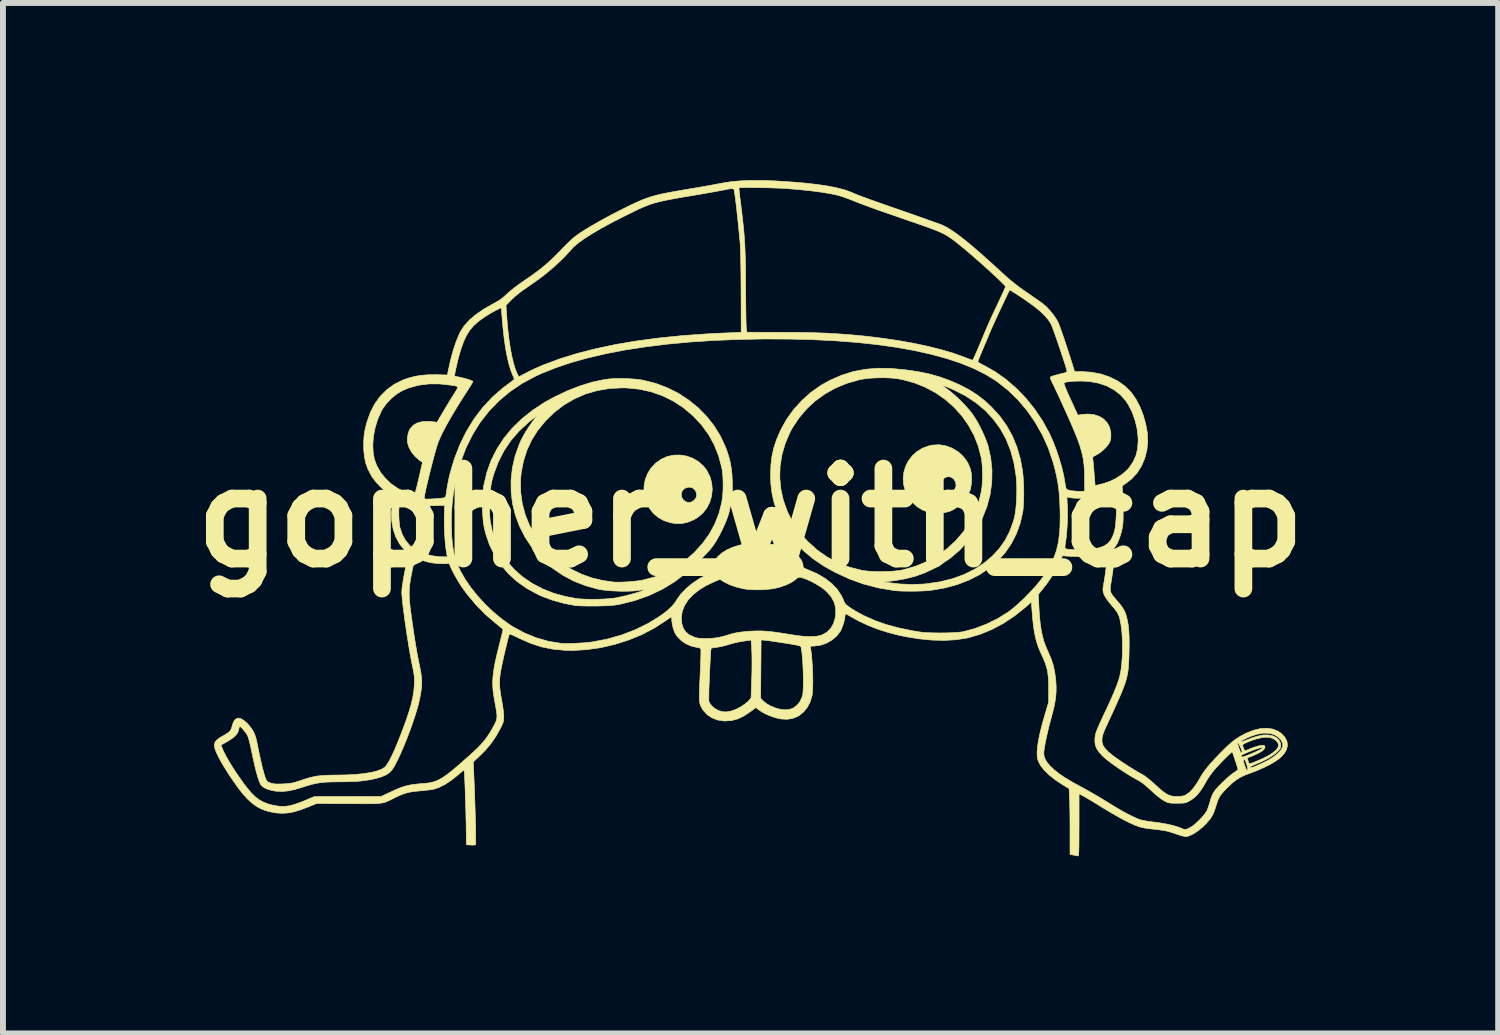
<source format=kicad_pcb>
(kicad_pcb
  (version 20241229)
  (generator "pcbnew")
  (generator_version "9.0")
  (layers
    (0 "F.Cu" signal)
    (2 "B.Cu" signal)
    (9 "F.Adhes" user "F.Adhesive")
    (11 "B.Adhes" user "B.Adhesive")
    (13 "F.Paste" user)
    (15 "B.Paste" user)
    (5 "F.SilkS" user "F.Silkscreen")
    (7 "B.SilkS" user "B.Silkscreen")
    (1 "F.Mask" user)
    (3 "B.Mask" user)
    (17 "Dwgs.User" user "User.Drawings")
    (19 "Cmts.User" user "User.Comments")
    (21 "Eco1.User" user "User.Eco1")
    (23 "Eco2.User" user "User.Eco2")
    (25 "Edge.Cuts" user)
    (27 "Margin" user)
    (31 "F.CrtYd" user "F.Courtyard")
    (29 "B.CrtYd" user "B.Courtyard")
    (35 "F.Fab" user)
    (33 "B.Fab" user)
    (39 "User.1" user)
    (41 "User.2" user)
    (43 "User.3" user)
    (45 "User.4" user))
  (footprint "gopher_with_cap"
    (layer "F.Cu")
    (at 9.659 5.719)
    (property "Reference" "gopher_with_cap" (at 0 0 0) (layer "F.SilkS") (effects (font (size 1.524 1.524) (thickness 0.3))))
    (attr through_hole)
    (fp_poly (pts (xy -1.081 -1.046) (xy -0.976 -1.008) (xy -0.88 -0.951) (xy -0.797 -0.877) (xy -0.742 -0.806) (xy -0.688 -0.7) (xy -0.657 -0.59) (xy -0.648 -0.478) (xy -0.66 -0.368) (xy -0.691 -0.262) (xy -0.742 -0.164) (xy -0.811 -0.078) (xy -0.898 -0.005) (xy -0.965 0.034) (xy -1.067 0.075) (xy -1.163 0.096) (xy -1.261 0.097) (xy -1.354 0.083) (xy -1.466 0.047) (xy -1.563 -0.007) (xy -1.644 -0.076) (xy -1.709 -0.157) (xy -1.758 -0.248) (xy -1.79 -0.346) (xy -1.798 -0.398) (xy -1.173 -0.398) (xy -1.166 -0.351) (xy -1.141 -0.307) (xy -1.099 -0.273) (xy -1.047 -0.259) (xy -0.996 -0.27) (xy -0.95 -0.301) (xy -0.921 -0.344) (xy -0.912 -0.392) (xy -0.922 -0.44) (xy -0.948 -0.481) (xy -0.987 -0.51) (xy -1.037 -0.521) (xy -1.038 -0.521) (xy -1.093 -0.51) (xy -1.135 -0.483) (xy -1.162 -0.444) (xy -1.173 -0.398) (xy -1.798 -0.398) (xy -1.805 -0.448) (xy -1.802 -0.552) (xy -1.781 -0.654) (xy -1.742 -0.752) (xy -1.685 -0.843) (xy -1.608 -0.925) (xy -1.511 -0.994) (xy -1.41 -1.039) (xy -1.301 -1.062) (xy -1.191 -1.064) (xy -1.081 -1.046)) (stroke (width 0.01) (type solid)) (fill yes) (layer "F.SilkS"))
    (fp_poly (pts (xy 3.308 -1.22) (xy 3.416 -1.179) (xy 3.516 -1.118) (xy 3.584 -1.057) (xy 3.641 -0.991) (xy 3.682 -0.926) (xy 3.713 -0.853) (xy 3.728 -0.807) (xy 3.741 -0.737) (xy 3.744 -0.656) (xy 3.739 -0.572) (xy 3.726 -0.496) (xy 3.714 -0.457) (xy 3.665 -0.36) (xy 3.597 -0.271) (xy 3.516 -0.194) (xy 3.427 -0.136) (xy 3.381 -0.114) (xy 3.306 -0.093) (xy 3.218 -0.082) (xy 3.128 -0.08) (xy 3.044 -0.088) (xy 2.995 -0.1) (xy 2.9 -0.139) (xy 2.82 -0.19) (xy 2.746 -0.259) (xy 2.673 -0.353) (xy 2.622 -0.453) (xy 2.594 -0.558) (xy 2.593 -0.564) (xy 3.22 -0.564) (xy 3.226 -0.526) (xy 3.254 -0.475) (xy 3.297 -0.444) (xy 3.348 -0.433) (xy 3.404 -0.445) (xy 3.417 -0.451) (xy 3.457 -0.483) (xy 3.477 -0.527) (xy 3.48 -0.557) (xy 3.469 -0.612) (xy 3.441 -0.658) (xy 3.4 -0.688) (xy 3.353 -0.699) (xy 3.302 -0.687) (xy 3.26 -0.657) (xy 3.231 -0.614) (xy 3.22 -0.564) (xy 2.593 -0.564) (xy 2.585 -0.665) (xy 2.596 -0.77) (xy 2.626 -0.872) (xy 2.674 -0.966) (xy 2.739 -1.051) (xy 2.819 -1.123) (xy 2.914 -1.181) (xy 3.023 -1.22) (xy 3.08 -1.232) (xy 3.194 -1.238) (xy 3.308 -1.22)) (stroke (width 0.01) (type solid)) (fill yes) (layer "F.SilkS"))
    (fp_poly (pts (xy 2.386 -2.529) (xy 2.397 -2.528) (xy 2.623 -2.507) (xy 2.83 -2.477) (xy 3.021 -2.438) (xy 3.201 -2.388) (xy 3.373 -2.326) (xy 3.542 -2.252) (xy 3.55 -2.248) (xy 3.705 -2.167) (xy 3.842 -2.079) (xy 3.969 -1.98) (xy 4.084 -1.873) (xy 4.222 -1.721) (xy 4.338 -1.559) (xy 4.434 -1.386) (xy 4.511 -1.198) (xy 4.569 -0.996) (xy 4.604 -0.806) (xy 4.614 -0.72) (xy 4.621 -0.618) (xy 4.626 -0.508) (xy 4.627 -0.397) (xy 4.625 -0.29) (xy 4.62 -0.194) (xy 4.612 -0.116) (xy 4.611 -0.108) (xy 4.568 0.085) (xy 4.504 0.266) (xy 4.418 0.434) (xy 4.313 0.588) (xy 4.188 0.727) (xy 4.043 0.851) (xy 3.881 0.96) (xy 3.702 1.052) (xy 3.505 1.128) (xy 3.293 1.186) (xy 3.066 1.225) (xy 2.983 1.234) (xy 2.884 1.239) (xy 2.776 1.242) (xy 2.666 1.242) (xy 2.562 1.24) (xy 2.472 1.235) (xy 2.432 1.231) (xy 2.17 1.187) (xy 1.917 1.122) (xy 1.812 1.084) (xy 2.254 1.084) (xy 2.324 1.095) (xy 2.525 1.119) (xy 2.728 1.128) (xy 2.925 1.121) (xy 2.974 1.117) (xy 3.206 1.083) (xy 3.421 1.03) (xy 3.619 0.958) (xy 3.801 0.867) (xy 3.966 0.757) (xy 4.097 0.645) (xy 4.214 0.518) (xy 4.31 0.381) (xy 4.388 0.231) (xy 4.449 0.064) (xy 4.467 0.001) (xy 4.483 -0.079) (xy 4.495 -0.179) (xy 4.504 -0.291) (xy 4.508 -0.41) (xy 4.508 -0.53) (xy 4.502 -0.643) (xy 4.496 -0.713) (xy 4.46 -0.934) (xy 4.404 -1.141) (xy 4.327 -1.333) (xy 4.229 -1.511) (xy 4.11 -1.673) (xy 3.972 -1.821) (xy 3.812 -1.953) (xy 3.633 -2.07) (xy 3.434 -2.171) (xy 3.429 -2.173) (xy 3.355 -2.205) (xy 3.303 -2.227) (xy 3.272 -2.237) (xy 3.262 -2.237) (xy 3.27 -2.226) (xy 3.297 -2.205) (xy 3.327 -2.183) (xy 3.404 -2.124) (xy 3.489 -2.049) (xy 3.574 -1.967) (xy 3.655 -1.882) (xy 3.724 -1.801) (xy 3.759 -1.755) (xy 3.817 -1.667) (xy 3.874 -1.565) (xy 3.928 -1.457) (xy 3.975 -1.35) (xy 4.011 -1.253) (xy 4.02 -1.226) (xy 4.067 -1.017) (xy 4.089 -0.809) (xy 4.085 -0.601) (xy 4.057 -0.396) (xy 4.004 -0.194) (xy 3.926 0.003) (xy 3.913 0.032) (xy 3.807 0.221) (xy 3.683 0.393) (xy 3.54 0.548) (xy 3.378 0.686) (xy 3.199 0.806) (xy 3.099 0.861) (xy 2.947 0.932) (xy 2.791 0.988) (xy 2.626 1.03) (xy 2.447 1.062) (xy 2.343 1.074) (xy 2.254 1.084) (xy 1.812 1.084) (xy 1.671 1.033) (xy 1.429 0.921) (xy 1.239 0.815) (xy 1.054 0.689) (xy 0.888 0.549) (xy 0.744 0.394) (xy 0.619 0.224) (xy 0.531 0.069) (xy 0.456 -0.093) (xy 0.401 -0.25) (xy 0.365 -0.407) (xy 0.344 -0.573) (xy 0.341 -0.683) (xy 0.495 -0.683) (xy 0.513 -0.49) (xy 0.555 -0.3) (xy 0.621 -0.113) (xy 0.71 0.068) (xy 0.778 0.176) (xy 0.812 0.222) (xy 0.858 0.279) (xy 0.912 0.34) (xy 0.967 0.398) (xy 0.977 0.408) (xy 1.133 0.548) (xy 1.302 0.666) (xy 1.484 0.762) (xy 1.678 0.836) (xy 1.884 0.888) (xy 1.899 0.891) (xy 1.985 0.902) (xy 2.087 0.909) (xy 2.2 0.911) (xy 2.315 0.908) (xy 2.425 0.902) (xy 2.523 0.891) (xy 2.592 0.878) (xy 2.796 0.819) (xy 2.987 0.739) (xy 3.165 0.64) (xy 3.327 0.523) (xy 3.473 0.389) (xy 3.602 0.239) (xy 3.712 0.076) (xy 3.801 -0.101) (xy 3.87 -0.289) (xy 3.907 -0.442) (xy 3.92 -0.531) (xy 3.927 -0.636) (xy 3.929 -0.749) (xy 3.925 -0.86) (xy 3.916 -0.962) (xy 3.907 -1.019) (xy 3.857 -1.212) (xy 3.785 -1.395) (xy 3.691 -1.567) (xy 3.578 -1.727) (xy 3.448 -1.872) (xy 3.301 -2.002) (xy 3.139 -2.115) (xy 2.964 -2.21) (xy 2.777 -2.285) (xy 2.58 -2.339) (xy 2.483 -2.357) (xy 2.381 -2.368) (xy 2.264 -2.373) (xy 2.143 -2.371) (xy 2.023 -2.365) (xy 1.914 -2.352) (xy 1.84 -2.338) (xy 1.634 -2.279) (xy 1.44 -2.199) (xy 1.261 -2.099) (xy 1.096 -1.98) (xy 0.949 -1.844) (xy 0.819 -1.69) (xy 0.707 -1.521) (xy 0.666 -1.444) (xy 0.587 -1.259) (xy 0.532 -1.069) (xy 0.501 -0.877) (xy 0.495 -0.683) (xy 0.341 -0.683) (xy 0.339 -0.73) (xy 0.345 -0.896) (xy 0.363 -1.046) (xy 0.395 -1.188) (xy 0.443 -1.331) (xy 0.508 -1.482) (xy 0.607 -1.662) (xy 0.727 -1.83) (xy 0.867 -1.985) (xy 1.022 -2.124) (xy 1.192 -2.244) (xy 1.34 -2.327) (xy 1.538 -2.414) (xy 1.738 -2.477) (xy 1.945 -2.516) (xy 2.16 -2.534) (xy 2.386 -2.529)) (stroke (width 0.01) (type solid)) (fill yes) (layer "F.SilkS"))
    (fp_poly (pts (xy -2.094 -2.358) (xy -1.982 -2.351) (xy -1.881 -2.341) (xy -1.816 -2.33) (xy -1.608 -2.278) (xy -1.41 -2.203) (xy -1.222 -2.109) (xy -1.048 -1.995) (xy -0.887 -1.865) (xy -0.743 -1.718) (xy -0.616 -1.557) (xy -0.509 -1.383) (xy -0.423 -1.197) (xy -0.396 -1.124) (xy -0.364 -1.022) (xy -0.341 -0.929) (xy -0.325 -0.835) (xy -0.314 -0.733) (xy -0.309 -0.622) (xy -0.307 -0.479) (xy -0.315 -0.35) (xy -0.334 -0.226) (xy -0.363 -0.098) (xy -0.374 -0.057) (xy -0.401 0.021) (xy -0.438 0.112) (xy -0.483 0.209) (xy -0.533 0.306) (xy -0.582 0.393) (xy -0.629 0.465) (xy -0.637 0.476) (xy -0.679 0.529) (xy -0.737 0.593) (xy -0.806 0.666) (xy -0.882 0.742) (xy -0.96 0.817) (xy -1.037 0.887) (xy -1.094 0.936) (xy -1.289 1.084) (xy -1.498 1.21) (xy -1.721 1.316) (xy -1.957 1.399) (xy -2.176 1.455) (xy -2.234 1.467) (xy -2.287 1.476) (xy -2.341 1.482) (xy -2.402 1.487) (xy -2.474 1.49) (xy -2.565 1.492) (xy -2.603 1.493) (xy -2.691 1.493) (xy -2.776 1.493) (xy -2.852 1.491) (xy -2.915 1.489) (xy -2.96 1.486) (xy -2.965 1.485) (xy -3.156 1.449) (xy -3.348 1.396) (xy -3.532 1.328) (xy -3.603 1.295) (xy -3.788 1.195) (xy -3.955 1.077) (xy -4.101 0.944) (xy -4.229 0.794) (xy -4.335 0.63) (xy -4.422 0.452) (xy -4.487 0.26) (xy -4.51 0.162) (xy -4.525 0.071) (xy -4.534 -0.037) (xy -4.539 -0.149) (xy -4.418 -0.149) (xy -4.417 -0.054) (xy -4.411 0.026) (xy -4.408 0.053) (xy -4.369 0.241) (xy -4.308 0.418) (xy -4.226 0.583) (xy -4.123 0.736) (xy -4.001 0.874) (xy -3.86 0.999) (xy -3.702 1.107) (xy -3.527 1.2) (xy -3.337 1.275) (xy -3.132 1.332) (xy -2.949 1.366) (xy -2.875 1.373) (xy -2.784 1.378) (xy -2.682 1.379) (xy -2.575 1.378) (xy -2.471 1.374) (xy -2.377 1.367) (xy -2.299 1.358) (xy -2.279 1.355) (xy -2.209 1.34) (xy -2.133 1.323) (xy -2.055 1.303) (xy -1.98 1.283) (xy -1.912 1.263) (xy -1.856 1.245) (xy -1.817 1.229) (xy -1.8 1.22) (xy -1.807 1.218) (xy -1.834 1.22) (xy -1.876 1.225) (xy -1.901 1.229) (xy -1.98 1.238) (xy -2.076 1.242) (xy -2.182 1.243) (xy -2.293 1.239) (xy -2.4 1.233) (xy -2.497 1.222) (xy -2.576 1.209) (xy -2.584 1.207) (xy -2.799 1.147) (xy -2.997 1.069) (xy -3.18 0.971) (xy -3.351 0.854) (xy -3.415 0.802) (xy -3.571 0.655) (xy -3.706 0.495) (xy -3.82 0.323) (xy -3.912 0.142) (xy -3.982 -0.047) (xy -4.03 -0.241) (xy -4.054 -0.44) (xy -4.055 -0.634) (xy -3.895 -0.634) (xy -3.892 -0.435) (xy -3.865 -0.239) (xy -3.814 -0.049) (xy -3.739 0.135) (xy -3.642 0.309) (xy -3.523 0.473) (xy -3.473 0.53) (xy -3.344 0.656) (xy -3.195 0.771) (xy -3.032 0.871) (xy -2.86 0.954) (xy -2.682 1.018) (xy -2.504 1.06) (xy -2.464 1.066) (xy -2.413 1.073) (xy -2.368 1.08) (xy -2.338 1.085) (xy -2.337 1.085) (xy -2.294 1.089) (xy -2.232 1.089) (xy -2.157 1.087) (xy -2.076 1.083) (xy -1.994 1.076) (xy -1.917 1.068) (xy -1.852 1.059) (xy -1.833 1.055) (xy -1.631 1.003) (xy -1.445 0.932) (xy -1.273 0.84) (xy -1.111 0.727) (xy -0.957 0.591) (xy -0.945 0.579) (xy -0.808 0.427) (xy -0.694 0.268) (xy -0.604 0.101) (xy -0.534 -0.077) (xy -0.487 -0.263) (xy -0.474 -0.352) (xy -0.466 -0.455) (xy -0.464 -0.566) (xy -0.467 -0.676) (xy -0.475 -0.776) (xy -0.487 -0.851) (xy -0.541 -1.051) (xy -0.615 -1.237) (xy -0.71 -1.41) (xy -0.827 -1.571) (xy -0.968 -1.722) (xy -0.977 -1.73) (xy -1.136 -1.865) (xy -1.308 -1.977) (xy -1.49 -2.067) (xy -1.684 -2.135) (xy -1.887 -2.179) (xy -2.099 -2.2) (xy -2.178 -2.201) (xy -2.393 -2.19) (xy -2.6 -2.154) (xy -2.798 -2.096) (xy -2.985 -2.014) (xy -3.161 -1.911) (xy -3.324 -1.786) (xy -3.474 -1.639) (xy -3.604 -1.48) (xy -3.705 -1.32) (xy -3.786 -1.146) (xy -3.845 -0.961) (xy -3.883 -0.769) (xy -3.895 -0.634) (xy -4.055 -0.634) (xy -4.055 -0.642) (xy -4.033 -0.845) (xy -3.987 -1.046) (xy -3.916 -1.245) (xy -3.881 -1.324) (xy -3.847 -1.389) (xy -3.802 -1.466) (xy -3.749 -1.547) (xy -3.695 -1.626) (xy -3.648 -1.689) (xy -3.633 -1.709) (xy -3.627 -1.719) (xy -3.633 -1.718) (xy -3.651 -1.705) (xy -3.684 -1.679) (xy -3.734 -1.639) (xy -3.762 -1.615) (xy -3.92 -1.469) (xy -4.059 -1.308) (xy -4.177 -1.132) (xy -4.273 -0.942) (xy -4.348 -0.741) (xy -4.384 -0.61) (xy -4.396 -0.542) (xy -4.405 -0.455) (xy -4.413 -0.356) (xy -4.417 -0.252) (xy -4.418 -0.149) (xy -4.539 -0.149) (xy -4.539 -0.155) (xy -4.539 -0.277) (xy -4.534 -0.395) (xy -4.524 -0.501) (xy -4.516 -0.552) (xy -4.466 -0.767) (xy -4.393 -0.971) (xy -4.296 -1.164) (xy -4.178 -1.346) (xy -4.037 -1.517) (xy -3.874 -1.676) (xy -3.689 -1.823) (xy -3.484 -1.958) (xy -3.315 -2.05) (xy -3.097 -2.153) (xy -2.884 -2.236) (xy -2.679 -2.299) (xy -2.483 -2.34) (xy -2.407 -2.351) (xy -2.315 -2.358) (xy -2.208 -2.36) (xy -2.094 -2.358)) (stroke (width 0.01) (type solid)) (fill yes) (layer "F.SilkS"))
    (fp_poly (pts (xy 0.209 -5.713) (xy 0.434 -5.705) (xy 0.457 -5.703) (xy 0.705 -5.687) (xy 0.93 -5.668) (xy 1.13 -5.645) (xy 1.307 -5.619) (xy 1.459 -5.589) (xy 1.587 -5.556) (xy 1.69 -5.52) (xy 1.706 -5.513) (xy 1.742 -5.497) (xy 1.783 -5.48) (xy 1.831 -5.461) (xy 1.889 -5.439) (xy 1.958 -5.414) (xy 2.039 -5.384) (xy 2.136 -5.35) (xy 2.251 -5.309) (xy 2.384 -5.263) (xy 2.539 -5.209) (xy 2.616 -5.182) (xy 2.731 -5.142) (xy 2.841 -5.103) (xy 2.944 -5.067) (xy 3.035 -5.034) (xy 3.114 -5.006) (xy 3.176 -4.984) (xy 3.219 -4.968) (xy 3.236 -4.962) (xy 3.302 -4.931) (xy 3.377 -4.887) (xy 3.462 -4.83) (xy 3.558 -4.759) (xy 3.667 -4.673) (xy 3.789 -4.571) (xy 3.924 -4.453) (xy 4.075 -4.318) (xy 4.242 -4.165) (xy 4.251 -4.157) (xy 4.356 -4.062) (xy 4.455 -3.98) (xy 4.553 -3.904) (xy 4.661 -3.827) (xy 4.669 -3.822) (xy 4.74 -3.774) (xy 4.808 -3.726) (xy 4.869 -3.684) (xy 4.919 -3.648) (xy 4.953 -3.624) (xy 4.953 -3.623) (xy 5.012 -3.572) (xy 5.074 -3.506) (xy 5.133 -3.431) (xy 5.183 -3.357) (xy 5.206 -3.316) (xy 5.219 -3.285) (xy 5.239 -3.232) (xy 5.265 -3.161) (xy 5.295 -3.074) (xy 5.329 -2.973) (xy 5.366 -2.861) (xy 5.405 -2.741) (xy 5.445 -2.616) (xy 5.475 -2.518) (xy 5.488 -2.477) (xy 5.606 -2.477) (xy 5.773 -2.466) (xy 5.932 -2.436) (xy 6.08 -2.386) (xy 6.216 -2.319) (xy 6.336 -2.234) (xy 6.438 -2.134) (xy 6.453 -2.116) (xy 6.527 -2.009) (xy 6.593 -1.883) (xy 6.648 -1.743) (xy 6.69 -1.597) (xy 6.718 -1.449) (xy 6.719 -1.438) (xy 6.726 -1.289) (xy 6.711 -1.144) (xy 6.675 -1.006) (xy 6.62 -0.878) (xy 6.547 -0.762) (xy 6.456 -0.662) (xy 6.349 -0.579) (xy 6.345 -0.577) (xy 6.31 -0.553) (xy 6.294 -0.534) (xy 6.293 -0.516) (xy 6.293 -0.514) (xy 6.296 -0.494) (xy 6.299 -0.453) (xy 6.302 -0.395) (xy 6.305 -0.324) (xy 6.307 -0.244) (xy 6.308 -0.216) (xy 6.31 -0.114) (xy 6.31 -0.032) (xy 6.309 0.034) (xy 6.306 0.089) (xy 6.3 0.139) (xy 6.294 0.176) (xy 6.279 0.243) (xy 6.258 0.312) (xy 6.234 0.378) (xy 6.208 0.435) (xy 6.184 0.476) (xy 6.169 0.493) (xy 6.158 0.509) (xy 6.154 0.537) (xy 6.156 0.582) (xy 6.157 0.64) (xy 6.153 0.719) (xy 6.145 0.814) (xy 6.132 0.922) (xy 6.114 1.039) (xy 6.107 1.082) (xy 6.096 1.147) (xy 6.091 1.195) (xy 6.092 1.234) (xy 6.103 1.268) (xy 6.124 1.303) (xy 6.157 1.346) (xy 6.205 1.402) (xy 6.209 1.407) (xy 6.264 1.472) (xy 6.303 1.527) (xy 6.332 1.577) (xy 6.353 1.628) (xy 6.368 1.681) (xy 6.385 1.752) (xy 6.397 1.825) (xy 6.405 1.905) (xy 6.41 1.995) (xy 6.412 2.1) (xy 6.411 2.225) (xy 6.41 2.273) (xy 6.408 2.357) (xy 6.405 2.432) (xy 6.401 2.499) (xy 6.396 2.561) (xy 6.388 2.62) (xy 6.376 2.679) (xy 6.361 2.74) (xy 6.341 2.805) (xy 6.315 2.876) (xy 6.283 2.957) (xy 6.243 3.049) (xy 6.196 3.155) (xy 6.141 3.277) (xy 6.076 3.417) (xy 6.009 3.562) (xy 5.972 3.65) (xy 5.953 3.725) (xy 5.951 3.791) (xy 5.968 3.851) (xy 6.005 3.908) (xy 6.064 3.968) (xy 6.145 4.033) (xy 6.151 4.038) (xy 6.216 4.084) (xy 6.292 4.136) (xy 6.374 4.19) (xy 6.456 4.242) (xy 6.533 4.289) (xy 6.599 4.327) (xy 6.637 4.347) (xy 6.67 4.368) (xy 6.715 4.402) (xy 6.769 4.445) (xy 6.825 4.494) (xy 6.847 4.514) (xy 6.921 4.581) (xy 6.981 4.632) (xy 7.032 4.668) (xy 7.077 4.693) (xy 7.121 4.708) (xy 7.166 4.716) (xy 7.218 4.718) (xy 7.22 4.718) (xy 7.281 4.716) (xy 7.325 4.709) (xy 7.362 4.696) (xy 7.374 4.69) (xy 7.437 4.645) (xy 7.501 4.575) (xy 7.566 4.482) (xy 7.604 4.418) (xy 7.639 4.357) (xy 7.679 4.297) (xy 7.726 4.235) (xy 7.783 4.167) (xy 7.852 4.091) (xy 7.936 4.003) (xy 7.983 3.955) (xy 8.067 3.872) (xy 8.13 3.816) (xy 8.247 3.816) (xy 8.254 3.847) (xy 8.266 3.885) (xy 8.279 3.924) (xy 8.293 3.956) (xy 8.304 3.974) (xy 8.306 3.975) (xy 8.322 3.966) (xy 8.324 3.964) (xy 8.322 3.949) (xy 8.312 3.92) (xy 8.297 3.884) (xy 8.28 3.85) (xy 8.331 3.85) (xy 8.336 3.866) (xy 8.347 3.895) (xy 8.35 3.903) (xy 8.369 3.948) (xy 8.475 3.904) (xy 8.549 3.877) (xy 8.613 3.859) (xy 8.662 3.851) (xy 8.695 3.853) (xy 8.705 3.86) (xy 8.712 3.889) (xy 8.695 3.92) (xy 8.656 3.953) (xy 8.592 3.989) (xy 8.505 4.029) (xy 8.482 4.037) (xy 8.411 4.065) (xy 8.425 4.115) (xy 8.435 4.147) (xy 8.445 4.164) (xy 8.448 4.166) (xy 8.463 4.161) (xy 8.496 4.149) (xy 8.54 4.133) (xy 8.556 4.126) (xy 8.669 4.078) (xy 8.765 4.029) (xy 8.841 3.98) (xy 8.897 3.933) (xy 8.931 3.889) (xy 8.941 3.851) (xy 8.929 3.806) (xy 8.895 3.767) (xy 8.845 3.736) (xy 8.797 3.721) (xy 8.751 3.715) (xy 8.707 3.715) (xy 8.653 3.723) (xy 8.633 3.727) (xy 8.573 3.742) (xy 8.51 3.761) (xy 8.45 3.783) (xy 8.398 3.805) (xy 8.358 3.825) (xy 8.335 3.842) (xy 8.331 3.85) (xy 8.28 3.85) (xy 8.279 3.848) (xy 8.263 3.818) (xy 8.251 3.802) (xy 8.247 3.801) (xy 8.247 3.816) (xy 8.13 3.816) (xy 8.142 3.806) (xy 8.167 3.786) (xy 8.305 3.786) (xy 8.308 3.791) (xy 8.308 3.791) (xy 8.323 3.79) (xy 8.352 3.781) (xy 8.377 3.771) (xy 8.482 3.729) (xy 8.58 3.698) (xy 8.666 3.679) (xy 8.684 3.677) (xy 8.766 3.676) (xy 8.839 3.69) (xy 8.901 3.719) (xy 8.946 3.76) (xy 8.973 3.811) (xy 8.979 3.851) (xy 8.977 3.881) (xy 8.968 3.905) (xy 8.948 3.932) (xy 8.913 3.967) (xy 8.912 3.968) (xy 8.848 4.02) (xy 8.762 4.074) (xy 8.66 4.126) (xy 8.55 4.172) (xy 8.507 4.191) (xy 8.474 4.209) (xy 8.459 4.223) (xy 8.458 4.225) (xy 8.463 4.232) (xy 8.478 4.231) (xy 8.507 4.223) (xy 8.552 4.205) (xy 8.615 4.177) (xy 8.669 4.153) (xy 8.773 4.1) (xy 8.861 4.044) (xy 8.931 3.987) (xy 8.981 3.932) (xy 9.009 3.879) (xy 9.012 3.866) (xy 9.009 3.813) (xy 8.982 3.761) (xy 8.934 3.711) (xy 8.863 3.669) (xy 8.779 3.647) (xy 8.683 3.645) (xy 8.578 3.663) (xy 8.466 3.701) (xy 8.401 3.73) (xy 8.353 3.755) (xy 8.323 3.77) (xy 8.308 3.78) (xy 8.305 3.786) (xy 8.167 3.786) (xy 8.212 3.751) (xy 8.284 3.704) (xy 8.364 3.661) (xy 8.398 3.644) (xy 8.519 3.596) (xy 8.635 3.568) (xy 8.744 3.562) (xy 8.843 3.577) (xy 8.932 3.612) (xy 8.99 3.653) (xy 9.049 3.716) (xy 9.083 3.783) (xy 9.092 3.851) (xy 9.077 3.921) (xy 9.037 3.991) (xy 8.972 4.06) (xy 8.944 4.083) (xy 8.876 4.13) (xy 8.789 4.18) (xy 8.688 4.23) (xy 8.578 4.278) (xy 8.471 4.319) (xy 8.376 4.355) (xy 8.298 4.391) (xy 8.23 4.433) (xy 8.165 4.483) (xy 8.096 4.548) (xy 8.069 4.574) (xy 8.016 4.629) (xy 7.977 4.673) (xy 7.949 4.712) (xy 7.926 4.752) (xy 7.907 4.801) (xy 7.886 4.865) (xy 7.876 4.898) (xy 7.85 4.974) (xy 7.822 5.035) (xy 7.79 5.088) (xy 7.777 5.105) (xy 7.721 5.171) (xy 7.657 5.234) (xy 7.588 5.291) (xy 7.519 5.339) (xy 7.454 5.374) (xy 7.398 5.394) (xy 7.371 5.397) (xy 7.342 5.393) (xy 7.297 5.382) (xy 7.242 5.365) (xy 7.211 5.354) (xy 7.132 5.327) (xy 7.06 5.307) (xy 6.986 5.292) (xy 6.902 5.28) (xy 6.806 5.27) (xy 6.738 5.262) (xy 6.668 5.251) (xy 6.607 5.238) (xy 6.583 5.231) (xy 6.514 5.206) (xy 6.427 5.167) (xy 6.325 5.116) (xy 6.211 5.054) (xy 6.088 4.983) (xy 5.958 4.905) (xy 5.931 4.888) (xy 5.857 4.842) (xy 5.787 4.799) (xy 5.723 4.761) (xy 5.671 4.73) (xy 5.636 4.71) (xy 5.629 4.707) (xy 5.563 4.673) (xy 5.563 5.2) (xy 5.562 5.335) (xy 5.562 5.447) (xy 5.561 5.536) (xy 5.56 5.606) (xy 5.558 5.658) (xy 5.555 5.694) (xy 5.552 5.716) (xy 5.549 5.725) (xy 5.547 5.726) (xy 5.526 5.722) (xy 5.49 5.715) (xy 5.471 5.711) (xy 5.41 5.698) (xy 5.41 5.296) (xy 5.41 5.188) (xy 5.409 5.081) (xy 5.408 4.979) (xy 5.406 4.886) (xy 5.405 4.808) (xy 5.402 4.75) (xy 5.402 4.739) (xy 5.394 4.584) (xy 5.288 4.521) (xy 5.164 4.439) (xy 5.059 4.356) (xy 4.974 4.273) (xy 4.91 4.192) (xy 4.87 4.113) (xy 4.868 4.108) (xy 4.855 4.047) (xy 4.852 3.971) (xy 4.859 3.879) (xy 4.876 3.768) (xy 4.903 3.638) (xy 4.941 3.487) (xy 4.983 3.34) (xy 5.048 3.118) (xy 5.048 2.896) (xy 5.047 2.782) (xy 5.041 2.687) (xy 5.031 2.605) (xy 5.014 2.53) (xy 4.989 2.455) (xy 4.956 2.375) (xy 4.934 2.328) (xy 4.898 2.248) (xy 4.867 2.17) (xy 4.842 2.091) (xy 4.821 2.008) (xy 4.803 1.916) (xy 4.789 1.812) (xy 4.776 1.693) (xy 4.765 1.553) (xy 4.759 1.471) (xy 4.756 1.425) (xy 4.648 1.519) (xy 4.468 1.663) (xy 4.279 1.788) (xy 4.085 1.891) (xy 3.887 1.972) (xy 3.69 2.03) (xy 3.656 2.037) (xy 3.478 2.064) (xy 3.283 2.075) (xy 3.075 2.07) (xy 2.856 2.049) (xy 2.629 2.012) (xy 2.509 1.987) (xy 2.33 1.941) (xy 2.152 1.884) (xy 1.982 1.817) (xy 1.827 1.744) (xy 1.724 1.687) (xy 1.679 1.661) (xy 1.641 1.64) (xy 1.617 1.627) (xy 1.611 1.626) (xy 1.603 1.637) (xy 1.6 1.661) (xy 1.595 1.706) (xy 1.581 1.764) (xy 1.561 1.827) (xy 1.538 1.885) (xy 1.521 1.92) (xy 1.459 2.001) (xy 1.379 2.069) (xy 1.285 2.122) (xy 1.182 2.157) (xy 1.074 2.171) (xy 1.057 2.172) (xy 1.013 2.172) (xy 1.021 2.226) (xy 1.032 2.318) (xy 1.041 2.421) (xy 1.048 2.53) (xy 1.053 2.641) (xy 1.055 2.748) (xy 1.054 2.846) (xy 1.05 2.93) (xy 1.044 2.995) (xy 1.041 3.011) (xy 1.011 3.113) (xy 0.964 3.205) (xy 0.901 3.284) (xy 0.827 3.345) (xy 0.795 3.364) (xy 0.707 3.398) (xy 0.618 3.411) (xy 0.521 3.406) (xy 0.476 3.398) (xy 0.382 3.372) (xy 0.288 3.336) (xy 0.203 3.293) (xy 0.138 3.25) (xy 0.09 3.212) (xy 0.007 3.275) (xy -0.106 3.351) (xy -0.216 3.404) (xy -0.326 3.433) (xy -0.438 3.44) (xy -0.455 3.439) (xy -0.561 3.422) (xy -0.656 3.385) (xy -0.738 3.329) (xy -0.803 3.256) (xy -0.833 3.205) (xy -0.843 3.184) (xy -0.851 3.163) (xy -0.858 3.141) (xy -0.862 3.114) (xy -0.865 3.08) (xy -0.866 3.047) (xy -0.707 3.047) (xy -0.707 3.087) (xy -0.706 3.104) (xy -0.685 3.148) (xy -0.646 3.193) (xy -0.597 3.233) (xy -0.543 3.262) (xy -0.542 3.263) (xy -0.477 3.282) (xy -0.417 3.287) (xy -0.351 3.277) (xy -0.303 3.264) (xy -0.233 3.236) (xy -0.159 3.196) (xy -0.091 3.15) (xy -0.037 3.104) (xy -0.029 3.094) (xy 0.006 3.054) (xy 0.171 3.054) (xy 0.208 3.094) (xy 0.263 3.142) (xy 0.336 3.184) (xy 0.42 3.218) (xy 0.506 3.242) (xy 0.587 3.251) (xy 0.588 3.251) (xy 0.653 3.245) (xy 0.711 3.226) (xy 0.725 3.219) (xy 0.787 3.174) (xy 0.838 3.11) (xy 0.875 3.03) (xy 0.879 3.016) (xy 0.887 2.977) (xy 0.891 2.917) (xy 0.894 2.84) (xy 0.895 2.752) (xy 0.893 2.656) (xy 0.89 2.557) (xy 0.885 2.46) (xy 0.879 2.369) (xy 0.871 2.289) (xy 0.862 2.224) (xy 0.856 2.19) (xy 0.851 2.181) (xy 0.842 2.173) (xy 0.823 2.165) (xy 0.791 2.157) (xy 0.745 2.148) (xy 0.68 2.137) (xy 0.593 2.123) (xy 0.509 2.11) (xy 0.429 2.098) (xy 0.357 2.087) (xy 0.299 2.079) (xy 0.26 2.075) (xy 0.258 2.074) (xy 0.179 2.067) (xy 0.175 2.561) (xy 0.171 3.054) (xy 0.006 3.054) (xy 0.009 3.052) (xy 0.017 2.819) (xy 0.023 2.634) (xy 0.025 2.471) (xy 0.024 2.332) (xy 0.02 2.218) (xy 0.017 2.175) (xy 0.009 2.07) (xy -0.043 2.077) (xy -0.137 2.091) (xy -0.216 2.105) (xy -0.288 2.122) (xy -0.362 2.143) (xy -0.377 2.147) (xy -0.44 2.165) (xy -0.505 2.18) (xy -0.561 2.191) (xy -0.581 2.193) (xy -0.624 2.199) (xy -0.655 2.206) (xy -0.668 2.211) (xy -0.67 2.227) (xy -0.674 2.265) (xy -0.678 2.321) (xy -0.682 2.392) (xy -0.686 2.473) (xy -0.69 2.562) (xy -0.695 2.654) (xy -0.698 2.747) (xy -0.702 2.836) (xy -0.705 2.919) (xy -0.706 2.99) (xy -0.707 3.047) (xy -0.866 3.047) (xy -0.866 3.037) (xy -0.866 2.981) (xy -0.864 2.911) (xy -0.861 2.824) (xy -0.856 2.716) (xy -0.851 2.586) (xy -0.849 2.563) (xy -0.846 2.474) (xy -0.843 2.393) (xy -0.841 2.323) (xy -0.84 2.268) (xy -0.84 2.232) (xy -0.842 2.219) (xy -0.859 2.205) (xy -0.897 2.195) (xy -0.919 2.192) (xy -1.01 2.17) (xy -1.099 2.129) (xy -1.178 2.073) (xy -1.243 2.007) (xy -1.278 1.953) (xy -1.304 1.889) (xy -1.323 1.815) (xy -1.333 1.745) (xy -1.333 1.73) (xy -1.335 1.697) (xy -1.336 1.689) (xy -1.171 1.689) (xy -1.164 1.788) (xy -1.139 1.868) (xy -1.097 1.932) (xy -1.035 1.983) (xy -0.952 2.021) (xy -0.933 2.027) (xy -0.885 2.037) (xy -0.819 2.042) (xy -0.743 2.043) (xy -0.664 2.04) (xy -0.591 2.033) (xy -0.544 2.025) (xy -0.484 2.012) (xy -0.42 1.995) (xy -0.375 1.981) (xy -0.305 1.96) (xy -0.235 1.945) (xy -0.157 1.933) (xy -0.066 1.923) (xy -0.004 1.919) (xy 0.089 1.915) (xy 0.183 1.915) (xy 0.28 1.921) (xy 0.387 1.932) (xy 0.509 1.949) (xy 0.64 1.97) (xy 0.786 1.993) (xy 0.911 2.007) (xy 1.016 2.011) (xy 1.103 2.007) (xy 1.175 1.994) (xy 1.209 1.983) (xy 1.291 1.938) (xy 1.356 1.875) (xy 1.404 1.793) (xy 1.434 1.693) (xy 1.443 1.628) (xy 1.441 1.525) (xy 1.416 1.429) (xy 1.368 1.339) (xy 1.294 1.254) (xy 1.246 1.211) (xy 1.185 1.167) (xy 1.11 1.121) (xy 1.029 1.077) (xy 0.95 1.041) (xy 0.882 1.017) (xy 0.874 1.014) (xy 0.838 1.006) (xy 0.814 1.007) (xy 0.791 1.02) (xy 0.769 1.039) (xy 0.704 1.086) (xy 0.623 1.128) (xy 0.521 1.165) (xy 0.487 1.176) (xy 0.396 1.197) (xy 0.289 1.211) (xy 0.173 1.218) (xy 0.057 1.218) (xy -0.051 1.211) (xy -0.119 1.201) (xy -0.24 1.172) (xy -0.349 1.134) (xy -0.441 1.089) (xy -0.458 1.079) (xy -0.517 1.041) (xy -0.611 1.08) (xy -0.751 1.146) (xy -0.873 1.221) (xy -0.976 1.304) (xy -1.059 1.393) (xy -1.119 1.487) (xy -1.157 1.585) (xy -1.171 1.685) (xy -1.171 1.689) (xy -1.336 1.689) (xy -1.338 1.678) (xy -1.339 1.676) (xy -1.351 1.683) (xy -1.379 1.702) (xy -1.418 1.729) (xy -1.441 1.745) (xy -1.634 1.869) (xy -1.843 1.978) (xy -2.066 2.069) (xy -2.299 2.143) (xy -2.537 2.198) (xy -2.776 2.232) (xy -3.013 2.246) (xy -3.143 2.243) (xy -3.345 2.224) (xy -3.538 2.185) (xy -3.728 2.123) (xy -3.92 2.038) (xy -3.932 2.032) (xy -3.987 2.005) (xy -4.033 1.984) (xy -4.066 1.971) (xy -4.082 1.968) (xy -4.083 1.968) (xy -4.09 1.987) (xy -4.101 2.027) (xy -4.116 2.083) (xy -4.132 2.151) (xy -4.151 2.228) (xy -4.17 2.309) (xy -4.188 2.39) (xy -4.205 2.467) (xy -4.219 2.535) (xy -4.23 2.591) (xy -4.236 2.625) (xy -4.245 2.697) (xy -4.249 2.764) (xy -4.249 2.832) (xy -4.243 2.905) (xy -4.231 2.991) (xy -4.213 3.094) (xy -4.209 3.116) (xy -4.197 3.187) (xy -4.187 3.259) (xy -4.181 3.322) (xy -4.178 3.367) (xy -4.18 3.411) (xy -4.185 3.448) (xy -4.197 3.484) (xy -4.218 3.53) (xy -4.234 3.561) (xy -4.311 3.699) (xy -4.393 3.819) (xy -4.484 3.928) (xy -4.564 4.009) (xy -4.695 4.134) (xy -4.685 4.356) (xy -4.68 4.485) (xy -4.675 4.617) (xy -4.67 4.748) (xy -4.666 4.878) (xy -4.662 5.003) (xy -4.659 5.12) (xy -4.656 5.228) (xy -4.655 5.323) (xy -4.654 5.404) (xy -4.653 5.468) (xy -4.654 5.512) (xy -4.656 5.534) (xy -4.656 5.536) (xy -4.674 5.54) (xy -4.709 5.541) (xy -4.74 5.54) (xy -4.813 5.535) (xy -4.813 5.374) (xy -4.814 5.318) (xy -4.815 5.245) (xy -4.816 5.159) (xy -4.819 5.062) (xy -4.821 4.96) (xy -4.824 4.854) (xy -4.828 4.748) (xy -4.831 4.646) (xy -4.834 4.552) (xy -4.838 4.468) (xy -4.841 4.398) (xy -4.843 4.345) (xy -4.846 4.314) (xy -4.846 4.308) (xy -4.853 4.267) (xy -4.94 4.342) (xy -5.061 4.439) (xy -5.174 4.514) (xy -5.279 4.567) (xy -5.371 4.596) (xy -5.411 4.603) (xy -5.469 4.61) (xy -5.536 4.618) (xy -5.606 4.624) (xy -5.606 4.624) (xy -5.705 4.634) (xy -5.788 4.648) (xy -5.863 4.669) (xy -5.939 4.699) (xy -6.022 4.738) (xy -6.07 4.763) (xy -6.11 4.783) (xy -6.146 4.799) (xy -6.179 4.813) (xy -6.214 4.823) (xy -6.252 4.83) (xy -6.296 4.835) (xy -6.35 4.839) (xy -6.417 4.84) (xy -6.498 4.841) (xy -6.597 4.841) (xy -6.717 4.84) (xy -6.801 4.84) (xy -7.348 4.837) (xy -7.492 4.896) (xy -7.619 4.944) (xy -7.731 4.978) (xy -7.833 4.997) (xy -7.931 5.003) (xy -8.03 4.997) (xy -8.13 4.979) (xy -8.216 4.956) (xy -8.295 4.924) (xy -8.37 4.883) (xy -8.443 4.829) (xy -8.517 4.761) (xy -8.593 4.678) (xy -8.673 4.576) (xy -8.759 4.455) (xy -8.836 4.341) (xy -8.902 4.236) (xy -8.961 4.138) (xy -9.008 4.049) (xy -9.045 3.973) (xy -9.068 3.912) (xy -9.076 3.878) (xy -9.077 3.847) (xy -8.966 3.847) (xy -8.942 3.911) (xy -8.916 3.97) (xy -8.877 4.044) (xy -8.827 4.131) (xy -8.769 4.225) (xy -8.706 4.322) (xy -8.64 4.417) (xy -8.575 4.508) (xy -8.54 4.553) (xy -8.463 4.647) (xy -8.391 4.72) (xy -8.319 4.775) (xy -8.243 4.817) (xy -8.159 4.848) (xy -8.09 4.865) (xy -8.008 4.88) (xy -7.941 4.887) (xy -7.88 4.886) (xy -7.815 4.876) (xy -7.781 4.869) (xy -7.733 4.855) (xy -7.669 4.834) (xy -7.6 4.809) (xy -7.537 4.783) (xy -7.385 4.719) (xy -6.255 4.718) (xy -6.077 4.634) (xy -5.975 4.588) (xy -5.885 4.554) (xy -5.8 4.53) (xy -5.712 4.514) (xy -5.613 4.504) (xy -5.589 4.502) (xy -5.511 4.496) (xy -5.444 4.488) (xy -5.383 4.475) (xy -5.325 4.456) (xy -5.268 4.43) (xy -5.208 4.395) (xy -5.142 4.349) (xy -5.067 4.291) (xy -4.98 4.219) (xy -4.879 4.131) (xy -4.867 4.12) (xy -4.766 4.031) (xy -4.682 3.954) (xy -4.612 3.887) (xy -4.553 3.825) (xy -4.503 3.767) (xy -4.459 3.707) (xy -4.417 3.644) (xy -4.375 3.573) (xy -4.345 3.518) (xy -4.321 3.472) (xy -4.305 3.432) (xy -4.296 3.393) (xy -4.294 3.348) (xy -4.299 3.294) (xy -4.31 3.225) (xy -4.325 3.143) (xy -4.344 3.037) (xy -4.358 2.941) (xy -4.365 2.85) (xy -4.366 2.76) (xy -4.359 2.667) (xy -4.346 2.567) (xy -4.326 2.456) (xy -4.298 2.329) (xy -4.262 2.182) (xy -4.26 2.173) (xy -4.24 2.094) (xy -4.222 2.023) (xy -4.207 1.963) (xy -4.197 1.92) (xy -4.192 1.896) (xy -4.191 1.892) (xy -4.2 1.88) (xy -4.226 1.857) (xy -4.264 1.826) (xy -4.302 1.795) (xy -4.484 1.64) (xy -4.654 1.467) (xy -4.807 1.283) (xy -4.891 1.167) (xy -4.937 1.095) (xy -4.983 1.018) (xy -5.025 0.942) (xy -5.06 0.873) (xy -5.085 0.817) (xy -5.09 0.802) (xy -5.105 0.773) (xy -5.12 0.769) (xy -5.12 0.77) (xy -5.143 0.775) (xy -5.184 0.777) (xy -5.237 0.776) (xy -5.297 0.773) (xy -5.356 0.767) (xy -5.404 0.761) (xy -5.455 0.75) (xy -5.517 0.733) (xy -5.577 0.715) (xy -5.579 0.715) (xy -5.625 0.7) (xy -5.661 0.691) (xy -5.681 0.687) (xy -5.683 0.688) (xy -5.687 0.702) (xy -5.696 0.736) (xy -5.707 0.787) (xy -5.721 0.852) (xy -5.735 0.921) (xy -5.756 1.029) (xy -5.77 1.121) (xy -5.778 1.205) (xy -5.78 1.287) (xy -5.777 1.375) (xy -5.768 1.473) (xy -5.754 1.587) (xy -5.735 1.728) (xy -5.714 1.87) (xy -5.694 2.008) (xy -5.673 2.139) (xy -5.653 2.257) (xy -5.634 2.359) (xy -5.618 2.438) (xy -5.596 2.547) (xy -5.58 2.636) (xy -5.57 2.713) (xy -5.567 2.782) (xy -5.569 2.851) (xy -5.578 2.924) (xy -5.592 3.008) (xy -5.603 3.066) (xy -5.623 3.154) (xy -5.652 3.257) (xy -5.687 3.37) (xy -5.728 3.491) (xy -5.773 3.616) (xy -5.82 3.74) (xy -5.869 3.86) (xy -5.917 3.973) (xy -5.964 4.075) (xy -6.008 4.162) (xy -6.046 4.231) (xy -6.068 4.263) (xy -6.113 4.312) (xy -6.171 4.352) (xy -6.246 4.384) (xy -6.339 4.412) (xy -6.435 4.433) (xy -6.537 4.449) (xy -6.649 4.461) (xy -6.776 4.467) (xy -6.922 4.47) (xy -6.971 4.47) (xy -7.086 4.471) (xy -7.182 4.475) (xy -7.266 4.482) (xy -7.344 4.494) (xy -7.421 4.511) (xy -7.506 4.535) (xy -7.6 4.565) (xy -7.723 4.602) (xy -7.831 4.624) (xy -7.931 4.633) (xy -8.027 4.629) (xy -8.065 4.624) (xy -8.157 4.603) (xy -8.23 4.573) (xy -8.28 4.534) (xy -8.298 4.511) (xy -8.319 4.464) (xy -8.343 4.394) (xy -8.369 4.303) (xy -8.396 4.192) (xy -8.425 4.063) (xy -8.444 3.971) (xy -8.467 3.863) (xy -8.487 3.779) (xy -8.505 3.718) (xy -8.52 3.68) (xy -8.524 3.673) (xy -8.548 3.638) (xy -8.578 3.6) (xy -8.607 3.566) (xy -8.633 3.541) (xy -8.648 3.531) (xy -8.649 3.531) (xy -8.656 3.542) (xy -8.664 3.57) (xy -8.666 3.579) (xy -8.677 3.622) (xy -8.699 3.661) (xy -8.734 3.7) (xy -8.785 3.74) (xy -8.854 3.784) (xy -8.927 3.825) (xy -8.966 3.847) (xy -9.077 3.847) (xy -9.077 3.831) (xy -9.063 3.791) (xy -9.031 3.755) (xy -8.98 3.718) (xy -8.939 3.695) (xy -8.877 3.659) (xy -8.834 3.629) (xy -8.806 3.599) (xy -8.788 3.565) (xy -8.777 3.522) (xy -8.776 3.517) (xy -8.757 3.459) (xy -8.728 3.416) (xy -8.69 3.394) (xy -8.67 3.391) (xy -8.63 3.401) (xy -8.582 3.429) (xy -8.532 3.471) (xy -8.495 3.511) (xy -8.455 3.562) (xy -8.424 3.608) (xy -8.401 3.655) (xy -8.381 3.708) (xy -8.364 3.775) (xy -8.346 3.86) (xy -8.345 3.869) (xy -8.32 3.992) (xy -8.294 4.108) (xy -8.27 4.214) (xy -8.246 4.304) (xy -8.225 4.375) (xy -8.215 4.403) (xy -8.199 4.442) (xy -8.181 4.465) (xy -8.155 4.48) (xy -8.126 4.49) (xy -8.09 4.5) (xy -8.049 4.506) (xy -7.998 4.507) (xy -7.93 4.506) (xy -7.914 4.505) (xy -7.845 4.501) (xy -7.79 4.495) (xy -7.74 4.485) (xy -7.684 4.469) (xy -7.616 4.447) (xy -7.521 4.415) (xy -7.437 4.392) (xy -7.357 4.375) (xy -7.275 4.365) (xy -7.183 4.359) (xy -7.075 4.356) (xy -7.031 4.356) (xy -6.851 4.353) (xy -6.689 4.345) (xy -6.547 4.33) (xy -6.425 4.311) (xy -6.324 4.286) (xy -6.247 4.257) (xy -6.193 4.222) (xy -6.186 4.216) (xy -6.154 4.174) (xy -6.115 4.109) (xy -6.07 4.021) (xy -6.02 3.911) (xy -5.966 3.781) (xy -5.907 3.631) (xy -5.844 3.462) (xy -5.842 3.458) (xy -5.79 3.304) (xy -5.749 3.168) (xy -5.72 3.046) (xy -5.702 2.934) (xy -5.693 2.832) (xy -5.691 2.769) (xy -5.692 2.717) (xy -5.696 2.668) (xy -5.704 2.615) (xy -5.717 2.548) (xy -5.725 2.508) (xy -5.742 2.427) (xy -5.76 2.329) (xy -5.779 2.22) (xy -5.798 2.102) (xy -5.818 1.979) (xy -5.836 1.854) (xy -5.854 1.731) (xy -5.869 1.614) (xy -5.883 1.507) (xy -5.894 1.412) (xy -5.901 1.333) (xy -5.905 1.274) (xy -5.905 1.256) (xy -5.903 1.211) (xy -5.895 1.146) (xy -5.883 1.065) (xy -5.867 0.974) (xy -5.848 0.877) (xy -5.828 0.78) (xy -5.823 0.755) (xy -5.791 0.615) (xy -5.865 0.538) (xy -5.944 0.44) (xy -6.006 0.325) (xy -6.05 0.197) (xy -6.075 0.061) (xy -6.08 -0.082) (xy -6.079 -0.093) (xy -5.956 -0.093) (xy -5.955 -0.03) (xy -5.952 0.035) (xy -5.947 0.095) (xy -5.941 0.145) (xy -5.937 0.162) (xy -5.899 0.277) (xy -5.843 0.38) (xy -5.772 0.467) (xy -5.697 0.528) (xy -5.608 0.576) (xy -5.501 0.615) (xy -5.386 0.643) (xy -5.268 0.658) (xy -5.225 0.659) (xy -5.135 0.66) (xy -5.152 0.562) (xy -5.163 0.487) (xy -5.172 0.393) (xy -5.179 0.288) (xy -5.184 0.179) (xy -5.185 0.134) (xy -5.067 0.134) (xy -5.06 0.309) (xy -5.045 0.472) (xy -5.02 0.616) (xy -5.016 0.632) (xy -4.975 0.763) (xy -4.913 0.9) (xy -4.831 1.041) (xy -4.734 1.183) (xy -4.621 1.323) (xy -4.497 1.459) (xy -4.362 1.588) (xy -4.221 1.706) (xy -4.074 1.812) (xy -4.025 1.843) (xy -3.834 1.947) (xy -3.632 2.03) (xy -3.422 2.09) (xy -3.208 2.125) (xy -3.207 2.126) (xy -3.158 2.128) (xy -3.091 2.128) (xy -3.011 2.126) (xy -2.924 2.122) (xy -2.837 2.117) (xy -2.756 2.11) (xy -2.687 2.102) (xy -2.68 2.101) (xy -2.431 2.054) (xy -2.188 1.985) (xy -1.955 1.896) (xy -1.735 1.788) (xy -1.573 1.69) (xy -1.473 1.621) (xy -1.394 1.558) (xy -1.33 1.498) (xy -1.281 1.437) (xy -1.25 1.389) (xy -1.182 1.293) (xy -1.093 1.199) (xy -0.987 1.111) (xy -0.869 1.031) (xy -0.742 0.963) (xy -0.716 0.952) (xy -0.621 0.91) (xy -0.629 0.863) (xy -0.628 0.793) (xy -0.604 0.724) (xy -0.557 0.659) (xy -0.49 0.599) (xy -0.404 0.544) (xy -0.301 0.498) (xy -0.205 0.467) (xy -0.165 0.457) (xy -0.125 0.45) (xy -0.081 0.445) (xy -0.026 0.442) (xy 0.045 0.44) (xy 0.127 0.44) (xy 0.215 0.44) (xy 0.283 0.441) (xy 0.336 0.444) (xy 0.379 0.449) (xy 0.418 0.456) (xy 0.457 0.466) (xy 0.461 0.467) (xy 0.572 0.504) (xy 0.67 0.55) (xy 0.753 0.603) (xy 0.818 0.66) (xy 0.863 0.721) (xy 0.886 0.782) (xy 0.889 0.81) (xy 0.891 0.83) (xy 0.9 0.844) (xy 0.921 0.857) (xy 0.96 0.874) (xy 0.981 0.882) (xy 1.133 0.949) (xy 1.265 1.027) (xy 1.378 1.115) (xy 1.469 1.211) (xy 1.537 1.314) (xy 1.556 1.353) (xy 1.575 1.395) (xy 1.59 1.43) (xy 1.599 1.448) (xy 1.618 1.47) (xy 1.657 1.5) (xy 1.71 1.537) (xy 1.775 1.577) (xy 1.847 1.617) (xy 1.922 1.657) (xy 1.939 1.665) (xy 2.113 1.742) (xy 2.303 1.808) (xy 2.511 1.864) (xy 2.739 1.911) (xy 2.864 1.932) (xy 2.931 1.94) (xy 3.015 1.945) (xy 3.11 1.948) (xy 3.212 1.949) (xy 3.314 1.948) (xy 3.411 1.945) (xy 3.497 1.94) (xy 3.568 1.933) (xy 3.605 1.927) (xy 3.803 1.873) (xy 3.999 1.798) (xy 4.187 1.705) (xy 4.359 1.598) (xy 4.369 1.591) (xy 4.449 1.529) (xy 4.539 1.451) (xy 4.634 1.362) (xy 4.697 1.297) (xy 4.873 1.297) (xy 4.882 1.484) (xy 4.891 1.641) (xy 4.904 1.777) (xy 4.921 1.895) (xy 4.943 2.001) (xy 4.97 2.099) (xy 5.005 2.191) (xy 5.036 2.261) (xy 5.088 2.382) (xy 5.126 2.496) (xy 5.151 2.612) (xy 5.168 2.741) (xy 5.169 2.756) (xy 5.175 2.849) (xy 5.175 2.936) (xy 5.169 3.02) (xy 5.157 3.108) (xy 5.138 3.206) (xy 5.11 3.318) (xy 5.087 3.404) (xy 5.058 3.512) (xy 5.032 3.62) (xy 5.009 3.722) (xy 4.99 3.814) (xy 4.976 3.893) (xy 4.968 3.955) (xy 4.966 3.986) (xy 4.972 4.042) (xy 4.993 4.096) (xy 5.03 4.152) (xy 5.075 4.203) (xy 5.141 4.266) (xy 5.22 4.329) (xy 5.315 4.394) (xy 5.429 4.463) (xy 5.524 4.516) (xy 5.646 4.582) (xy 5.757 4.645) (xy 5.867 4.708) (xy 5.982 4.777) (xy 6.097 4.848) (xy 6.208 4.915) (xy 6.315 4.977) (xy 6.415 5.03) (xy 6.503 5.073) (xy 6.576 5.104) (xy 6.598 5.112) (xy 6.635 5.121) (xy 6.691 5.132) (xy 6.756 5.142) (xy 6.825 5.151) (xy 6.826 5.151) (xy 6.944 5.167) (xy 7.056 5.187) (xy 7.157 5.21) (xy 7.243 5.236) (xy 7.309 5.262) (xy 7.328 5.272) (xy 7.361 5.278) (xy 7.406 5.265) (xy 7.465 5.232) (xy 7.475 5.225) (xy 7.528 5.185) (xy 7.583 5.135) (xy 7.637 5.08) (xy 7.683 5.025) (xy 7.718 4.977) (xy 7.732 4.951) (xy 7.748 4.908) (xy 7.766 4.854) (xy 7.778 4.815) (xy 7.797 4.75) (xy 7.817 4.697) (xy 7.841 4.651) (xy 7.872 4.607) (xy 7.915 4.558) (xy 7.972 4.5) (xy 7.986 4.486) (xy 8.04 4.434) (xy 8.094 4.386) (xy 8.142 4.346) (xy 8.18 4.318) (xy 8.189 4.312) (xy 8.224 4.289) (xy 8.248 4.27) (xy 8.255 4.261) (xy 8.251 4.245) (xy 8.241 4.211) (xy 8.227 4.165) (xy 8.21 4.113) (xy 8.208 4.108) (xy 8.345 4.108) (xy 8.35 4.137) (xy 8.365 4.184) (xy 8.37 4.201) (xy 8.388 4.245) (xy 8.403 4.273) (xy 8.414 4.281) (xy 8.42 4.268) (xy 8.42 4.261) (xy 8.416 4.229) (xy 8.406 4.189) (xy 8.393 4.148) (xy 8.379 4.114) (xy 8.366 4.092) (xy 8.361 4.089) (xy 8.349 4.093) (xy 8.345 4.108) (xy 8.208 4.108) (xy 8.193 4.061) (xy 8.181 4.026) (xy 8.307 4.026) (xy 8.308 4.032) (xy 8.312 4.038) (xy 8.318 4.046) (xy 8.327 4.049) (xy 8.343 4.047) (xy 8.37 4.038) (xy 8.412 4.022) (xy 8.473 3.997) (xy 8.476 3.996) (xy 8.558 3.96) (xy 8.619 3.931) (xy 8.657 3.909) (xy 8.671 3.894) (xy 8.67 3.89) (xy 8.653 3.89) (xy 8.618 3.897) (xy 8.57 3.912) (xy 8.512 3.932) (xy 8.45 3.957) (xy 8.416 3.971) (xy 8.364 3.994) (xy 8.331 4.009) (xy 8.313 4.019) (xy 8.307 4.026) (xy 8.181 4.026) (xy 8.177 4.015) (xy 8.165 3.98) (xy 8.158 3.964) (xy 8.158 3.963) (xy 8.147 3.969) (xy 8.122 3.99) (xy 8.086 4.024) (xy 8.042 4.067) (xy 7.993 4.116) (xy 7.943 4.169) (xy 7.895 4.221) (xy 7.866 4.253) (xy 7.82 4.309) (xy 7.774 4.371) (xy 7.735 4.429) (xy 7.72 4.456) (xy 7.664 4.553) (xy 7.613 4.63) (xy 7.564 4.691) (xy 7.512 4.74) (xy 7.455 4.78) (xy 7.417 4.802) (xy 7.388 4.816) (xy 7.359 4.825) (xy 7.324 4.83) (xy 7.276 4.832) (xy 7.22 4.832) (xy 7.158 4.832) (xy 7.114 4.83) (xy 7.081 4.825) (xy 7.052 4.815) (xy 7.019 4.799) (xy 7 4.789) (xy 6.955 4.76) (xy 6.897 4.716) (xy 6.834 4.662) (xy 6.782 4.615) (xy 6.727 4.565) (xy 6.673 4.519) (xy 6.625 4.481) (xy 6.587 4.456) (xy 6.579 4.452) (xy 6.501 4.409) (xy 6.414 4.358) (xy 6.322 4.3) (xy 6.23 4.239) (xy 6.143 4.178) (xy 6.066 4.121) (xy 6.003 4.07) (xy 5.968 4.039) (xy 5.907 3.973) (xy 5.866 3.915) (xy 5.841 3.857) (xy 5.831 3.796) (xy 5.832 3.742) (xy 5.834 3.714) (xy 5.838 3.687) (xy 5.844 3.66) (xy 5.853 3.628) (xy 5.867 3.59) (xy 5.887 3.543) (xy 5.913 3.483) (xy 5.947 3.409) (xy 5.99 3.316) (xy 6.031 3.231) (xy 6.101 3.077) (xy 6.159 2.945) (xy 6.204 2.832) (xy 6.236 2.739) (xy 6.253 2.68) (xy 6.273 2.576) (xy 6.287 2.458) (xy 6.296 2.329) (xy 6.299 2.195) (xy 6.296 2.061) (xy 6.288 1.933) (xy 6.274 1.817) (xy 6.255 1.716) (xy 6.241 1.666) (xy 6.21 1.601) (xy 6.156 1.528) (xy 6.143 1.514) (xy 6.076 1.435) (xy 6.027 1.369) (xy 5.993 1.313) (xy 5.974 1.264) (xy 5.967 1.217) (xy 5.971 1.17) (xy 5.986 1.087) (xy 6 1.001) (xy 6.012 0.914) (xy 6.023 0.832) (xy 6.031 0.756) (xy 6.036 0.691) (xy 6.039 0.64) (xy 6.038 0.608) (xy 6.033 0.597) (xy 6.015 0.6) (xy 5.98 0.609) (xy 5.934 0.621) (xy 5.922 0.625) (xy 5.876 0.636) (xy 5.831 0.644) (xy 5.779 0.649) (xy 5.716 0.652) (xy 5.633 0.653) (xy 5.626 0.653) (xy 5.551 0.653) (xy 5.478 0.652) (xy 5.415 0.651) (xy 5.368 0.649) (xy 5.356 0.648) (xy 5.282 0.641) (xy 5.253 0.712) (xy 5.192 0.841) (xy 5.112 0.978) (xy 5.015 1.118) (xy 4.951 1.2) (xy 4.873 1.297) (xy 4.697 1.297) (xy 4.727 1.267) (xy 4.815 1.172) (xy 4.891 1.082) (xy 4.946 1.01) (xy 5.024 0.892) (xy 5.089 0.779) (xy 5.14 0.666) (xy 5.181 0.551) (xy 5.192 0.504) (xy 5.325 0.504) (xy 5.327 0.518) (xy 5.349 0.527) (xy 5.391 0.533) (xy 5.449 0.537) (xy 5.518 0.539) (xy 5.593 0.539) (xy 5.67 0.537) (xy 5.745 0.532) (xy 5.812 0.525) (xy 5.845 0.52) (xy 5.902 0.507) (xy 5.962 0.486) (xy 5.995 0.472) (xy 6.059 0.427) (xy 6.109 0.363) (xy 6.148 0.277) (xy 6.167 0.211) (xy 6.177 0.154) (xy 6.185 0.079) (xy 6.191 -0.008) (xy 6.195 -0.099) (xy 6.197 -0.188) (xy 6.196 -0.267) (xy 6.192 -0.323) (xy 6.183 -0.409) (xy 6.142 -0.401) (xy 6.018 -0.378) (xy 5.892 -0.359) (xy 5.772 -0.344) (xy 5.659 -0.335) (xy 5.559 -0.332) (xy 5.476 -0.334) (xy 5.425 -0.34) (xy 5.357 -0.353) (xy 5.366 -0.186) (xy 5.368 -0.09) (xy 5.367 0.02) (xy 5.362 0.135) (xy 5.354 0.249) (xy 5.343 0.353) (xy 5.332 0.429) (xy 5.326 0.472) (xy 5.325 0.504) (xy 5.192 0.504) (xy 5.21 0.428) (xy 5.229 0.295) (xy 5.24 0.147) (xy 5.243 -0.019) (xy 5.241 -0.139) (xy 5.235 -0.302) (xy 5.224 -0.447) (xy 5.206 -0.583) (xy 5.181 -0.715) (xy 5.148 -0.853) (xy 5.122 -0.946) (xy 5.043 -1.179) (xy 4.943 -1.402) (xy 4.823 -1.614) (xy 4.686 -1.812) (xy 4.532 -1.995) (xy 4.363 -2.159) (xy 4.18 -2.304) (xy 4.155 -2.322) (xy 3.983 -2.428) (xy 3.787 -2.526) (xy 3.568 -2.616) (xy 3.482 -2.645) (xy 3.848 -2.645) (xy 3.859 -2.634) (xy 3.887 -2.616) (xy 3.929 -2.593) (xy 3.957 -2.579) (xy 4.147 -2.472) (xy 4.329 -2.342) (xy 4.503 -2.191) (xy 4.665 -2.023) (xy 4.813 -1.839) (xy 4.945 -1.642) (xy 5.059 -1.435) (xy 5.062 -1.43) (xy 5.121 -1.296) (xy 5.178 -1.151) (xy 5.228 -1) (xy 5.272 -0.85) (xy 5.305 -0.708) (xy 5.327 -0.579) (xy 5.328 -0.569) (xy 5.336 -0.527) (xy 5.346 -0.495) (xy 5.353 -0.483) (xy 5.377 -0.472) (xy 5.42 -0.462) (xy 5.474 -0.455) (xy 5.533 -0.45) (xy 5.588 -0.449) (xy 5.658 -0.451) (xy 5.657 -0.66) (xy 5.655 -0.79) (xy 5.646 -0.905) (xy 5.631 -1.013) (xy 5.607 -1.119) (xy 5.574 -1.23) (xy 5.53 -1.352) (xy 5.485 -1.463) (xy 5.456 -1.531) (xy 5.42 -1.615) (xy 5.378 -1.71) (xy 5.332 -1.812) (xy 5.285 -1.916) (xy 5.239 -2.017) (xy 5.196 -2.11) (xy 5.157 -2.192) (xy 5.126 -2.257) (xy 5.116 -2.278) (xy 5.309 -2.278) (xy 5.314 -2.255) (xy 5.328 -2.216) (xy 5.351 -2.16) (xy 5.384 -2.084) (xy 5.419 -2.008) (xy 5.542 -1.739) (xy 5.6 -1.749) (xy 5.712 -1.758) (xy 5.813 -1.748) (xy 5.903 -1.72) (xy 5.978 -1.674) (xy 6.037 -1.613) (xy 6.079 -1.537) (xy 6.1 -1.449) (xy 6.102 -1.403) (xy 6.1 -1.349) (xy 6.093 -1.31) (xy 6.077 -1.273) (xy 6.067 -1.255) (xy 6.028 -1.203) (xy 5.974 -1.149) (xy 5.912 -1.1) (xy 5.851 -1.063) (xy 5.842 -1.058) (xy 5.81 -1.042) (xy 5.796 -1.027) (xy 5.795 -1.005) (xy 5.796 -0.997) (xy 5.799 -0.971) (xy 5.804 -0.926) (xy 5.809 -0.866) (xy 5.815 -0.796) (xy 5.818 -0.753) (xy 5.835 -0.547) (xy 5.867 -0.554) (xy 5.897 -0.561) (xy 5.94 -0.572) (xy 5.974 -0.58) (xy 6.081 -0.616) (xy 6.187 -0.668) (xy 6.286 -0.732) (xy 6.37 -0.804) (xy 6.412 -0.851) (xy 6.48 -0.951) (xy 6.527 -1.056) (xy 6.554 -1.17) (xy 6.564 -1.297) (xy 6.562 -1.369) (xy 6.545 -1.513) (xy 6.51 -1.657) (xy 6.46 -1.795) (xy 6.395 -1.92) (xy 6.352 -1.985) (xy 6.262 -2.086) (xy 6.154 -2.169) (xy 6.03 -2.235) (xy 5.892 -2.281) (xy 5.74 -2.309) (xy 5.613 -2.316) (xy 5.524 -2.315) (xy 5.445 -2.312) (xy 5.379 -2.305) (xy 5.332 -2.296) (xy 5.311 -2.288) (xy 5.309 -2.278) (xy 5.116 -2.278) (xy 5.115 -2.278) (xy 5.091 -2.329) (xy 5.079 -2.362) (xy 5.076 -2.381) (xy 5.082 -2.389) (xy 5.102 -2.397) (xy 5.14 -2.408) (xy 5.19 -2.423) (xy 5.246 -2.438) (xy 5.302 -2.451) (xy 5.324 -2.456) (xy 5.35 -2.467) (xy 5.359 -2.479) (xy 5.355 -2.499) (xy 5.344 -2.54) (xy 5.327 -2.597) (xy 5.304 -2.667) (xy 5.278 -2.747) (xy 5.25 -2.832) (xy 5.22 -2.919) (xy 5.191 -3.005) (xy 5.163 -3.086) (xy 5.137 -3.158) (xy 5.115 -3.218) (xy 5.098 -3.261) (xy 5.088 -3.283) (xy 5.042 -3.355) (xy 4.977 -3.43) (xy 4.892 -3.51) (xy 4.786 -3.595) (xy 4.657 -3.687) (xy 4.619 -3.713) (xy 4.552 -3.757) (xy 4.493 -3.796) (xy 4.444 -3.827) (xy 4.409 -3.849) (xy 4.39 -3.859) (xy 4.389 -3.859) (xy 4.381 -3.845) (xy 4.364 -3.812) (xy 4.34 -3.763) (xy 4.311 -3.701) (xy 4.277 -3.63) (xy 4.241 -3.554) (xy 4.204 -3.475) (xy 4.169 -3.399) (xy 4.136 -3.327) (xy 4.107 -3.264) (xy 4.084 -3.213) (xy 4.069 -3.178) (xy 4.068 -3.175) (xy 4.047 -3.126) (xy 4.02 -3.06) (xy 3.988 -2.984) (xy 3.954 -2.906) (xy 3.936 -2.862) (xy 3.907 -2.794) (xy 3.883 -2.735) (xy 3.864 -2.687) (xy 3.852 -2.656) (xy 3.848 -2.645) (xy 3.482 -2.645) (xy 3.326 -2.697) (xy 3.062 -2.769) (xy 2.776 -2.833) (xy 2.469 -2.888) (xy 2.141 -2.934) (xy 1.792 -2.971) (xy 1.424 -2.999) (xy 1.036 -3.018) (xy 0.679 -3.027) (xy 0.232 -3.029) (xy -0.201 -3.021) (xy -0.618 -3.004) (xy -1.019 -2.978) (xy -1.403 -2.942) (xy -1.769 -2.897) (xy -2.116 -2.844) (xy -2.443 -2.781) (xy -2.75 -2.71) (xy -3.036 -2.63) (xy -3.3 -2.541) (xy -3.541 -2.445) (xy -3.651 -2.394) (xy -3.873 -2.274) (xy -4.076 -2.136) (xy -4.262 -1.98) (xy -4.429 -1.807) (xy -4.577 -1.618) (xy -4.706 -1.411) (xy -4.817 -1.188) (xy -4.908 -0.948) (xy -4.98 -0.693) (xy -5.002 -0.591) (xy -5.032 -0.416) (xy -5.053 -0.233) (xy -5.064 -0.048) (xy -5.067 0.134) (xy -5.185 0.134) (xy -5.186 0.072) (xy -5.186 -0.025) (xy -5.185 -0.065) (xy -5.179 -0.212) (xy -5.377 -0.206) (xy -5.465 -0.205) (xy -5.564 -0.206) (xy -5.662 -0.209) (xy -5.747 -0.215) (xy -5.755 -0.215) (xy -5.828 -0.221) (xy -5.88 -0.224) (xy -5.914 -0.224) (xy -5.934 -0.221) (xy -5.944 -0.215) (xy -5.945 -0.214) (xy -5.951 -0.191) (xy -5.955 -0.149) (xy -5.956 -0.093) (xy -6.079 -0.093) (xy -6.066 -0.225) (xy -6.057 -0.277) (xy -6.05 -0.318) (xy -6.047 -0.336) (xy -5.524 -0.336) (xy -5.523 -0.326) (xy -5.514 -0.321) (xy -5.494 -0.318) (xy -5.459 -0.318) (xy -5.405 -0.32) (xy -5.375 -0.322) (xy -5.313 -0.326) (xy -5.258 -0.33) (xy -5.215 -0.335) (xy -5.194 -0.338) (xy -5.178 -0.343) (xy -5.168 -0.353) (xy -5.16 -0.373) (xy -5.153 -0.409) (xy -5.145 -0.465) (xy -5.135 -0.53) (xy -5.12 -0.607) (xy -5.104 -0.686) (xy -5.093 -0.734) (xy -5.018 -0.991) (xy -4.925 -1.233) (xy -4.813 -1.461) (xy -4.684 -1.672) (xy -4.537 -1.866) (xy -4.374 -2.041) (xy -4.195 -2.198) (xy -4.099 -2.27) (xy -4.056 -2.301) (xy -4.023 -2.327) (xy -4.004 -2.344) (xy -4 -2.349) (xy -4.005 -2.365) (xy -4.018 -2.397) (xy -4.033 -2.43) (xy -4.065 -2.514) (xy -4.096 -2.619) (xy -4.124 -2.744) (xy -4.15 -2.886) (xy -4.172 -3.041) (xy -4.191 -3.207) (xy -4.204 -3.353) (xy -4.209 -3.421) (xy -4.214 -3.479) (xy -4.218 -3.523) (xy -4.222 -3.549) (xy -4.223 -3.554) (xy -4.236 -3.551) (xy -4.267 -3.537) (xy -4.311 -3.515) (xy -4.362 -3.487) (xy -4.418 -3.455) (xy -4.473 -3.421) (xy -4.516 -3.393) (xy -4.611 -3.324) (xy -4.69 -3.253) (xy -4.755 -3.176) (xy -4.81 -3.088) (xy -4.858 -2.985) (xy -4.903 -2.861) (xy -4.906 -2.851) (xy -4.922 -2.797) (xy -4.94 -2.733) (xy -4.958 -2.664) (xy -4.974 -2.595) (xy -4.989 -2.53) (xy -5.001 -2.474) (xy -5.008 -2.431) (xy -5.011 -2.406) (xy -5.01 -2.402) (xy -4.996 -2.397) (xy -4.965 -2.39) (xy -4.944 -2.386) (xy -4.895 -2.375) (xy -4.841 -2.362) (xy -4.789 -2.347) (xy -4.744 -2.332) (xy -4.712 -2.319) (xy -4.699 -2.311) (xy -4.699 -2.31) (xy -4.706 -2.297) (xy -4.724 -2.266) (xy -4.751 -2.221) (xy -4.786 -2.167) (xy -4.809 -2.131) (xy -4.907 -1.978) (xy -4.998 -1.83) (xy -5.08 -1.692) (xy -5.152 -1.564) (xy -5.212 -1.45) (xy -5.259 -1.351) (xy -5.289 -1.28) (xy -5.304 -1.235) (xy -5.323 -1.172) (xy -5.345 -1.095) (xy -5.369 -1.007) (xy -5.394 -0.912) (xy -5.419 -0.813) (xy -5.444 -0.714) (xy -5.466 -0.619) (xy -5.487 -0.532) (xy -5.504 -0.456) (xy -5.516 -0.395) (xy -5.523 -0.352) (xy -5.524 -0.336) (xy -6.047 -0.336) (xy -6.046 -0.344) (xy -6.045 -0.349) (xy -6.055 -0.358) (xy -6.081 -0.377) (xy -6.117 -0.401) (xy -6.118 -0.402) (xy -6.191 -0.457) (xy -6.266 -0.526) (xy -6.337 -0.601) (xy -6.397 -0.677) (xy -6.423 -0.718) (xy -6.477 -0.822) (xy -6.515 -0.924) (xy -6.538 -1.033) (xy -6.55 -1.156) (xy -6.55 -1.168) (xy -6.551 -1.24) (xy -6.396 -1.24) (xy -6.39 -1.103) (xy -6.369 -0.991) (xy -6.327 -0.878) (xy -6.263 -0.768) (xy -6.181 -0.666) (xy -6.085 -0.576) (xy -5.978 -0.502) (xy -5.946 -0.484) (xy -5.885 -0.454) (xy -5.823 -0.427) (xy -5.767 -0.404) (xy -5.722 -0.388) (xy -5.696 -0.382) (xy -5.69 -0.393) (xy -5.679 -0.426) (xy -5.664 -0.477) (xy -5.647 -0.542) (xy -5.629 -0.618) (xy -5.619 -0.66) (xy -5.555 -0.94) (xy -5.603 -0.973) (xy -5.676 -1.036) (xy -5.738 -1.111) (xy -5.784 -1.194) (xy -5.809 -1.277) (xy -5.81 -1.279) (xy -5.812 -1.341) (xy -5.802 -1.409) (xy -5.782 -1.474) (xy -5.762 -1.513) (xy -5.708 -1.571) (xy -5.637 -1.61) (xy -5.55 -1.631) (xy -5.447 -1.634) (xy -5.407 -1.63) (xy -5.308 -1.619) (xy -5.226 -1.76) (xy -5.186 -1.827) (xy -5.139 -1.905) (xy -5.09 -1.986) (xy -5.045 -2.059) (xy -5.043 -2.062) (xy -5.003 -2.125) (xy -4.976 -2.17) (xy -4.962 -2.2) (xy -4.962 -2.218) (xy -4.977 -2.229) (xy -5.008 -2.237) (xy -5.054 -2.244) (xy -5.074 -2.247) (xy -5.264 -2.268) (xy -5.446 -2.268) (xy -5.619 -2.246) (xy -5.779 -2.203) (xy -5.892 -2.157) (xy -5.987 -2.1) (xy -6.08 -2.025) (xy -6.163 -1.938) (xy -6.231 -1.845) (xy -6.251 -1.809) (xy -6.311 -1.674) (xy -6.356 -1.53) (xy -6.385 -1.384) (xy -6.396 -1.24) (xy -6.551 -1.24) (xy -6.551 -1.286) (xy -6.544 -1.391) (xy -6.528 -1.493) (xy -6.5 -1.606) (xy -6.496 -1.62) (xy -6.438 -1.785) (xy -6.362 -1.932) (xy -6.269 -2.06) (xy -6.159 -2.17) (xy -6.032 -2.262) (xy -5.889 -2.333) (xy -5.797 -2.366) (xy -5.688 -2.395) (xy -5.575 -2.414) (xy -5.453 -2.423) (xy -5.314 -2.424) (xy -5.311 -2.424) (xy -5.133 -2.419) (xy -5.118 -2.496) (xy -5.08 -2.669) (xy -5.036 -2.832) (xy -4.987 -2.979) (xy -4.935 -3.106) (xy -4.913 -3.152) (xy -4.848 -3.252) (xy -4.76 -3.35) (xy -4.647 -3.445) (xy -4.511 -3.538) (xy -4.403 -3.599) (xy -4.141 -3.599) (xy -4.128 -3.403) (xy -4.112 -3.215) (xy -4.093 -3.041) (xy -4.069 -2.88) (xy -4.042 -2.737) (xy -4.012 -2.612) (xy -3.98 -2.509) (xy -3.948 -2.436) (xy -3.924 -2.388) (xy -3.794 -2.457) (xy -3.73 -2.489) (xy -3.653 -2.526) (xy -3.571 -2.562) (xy -3.494 -2.595) (xy -3.493 -2.595) (xy -3.223 -2.695) (xy -2.931 -2.785) (xy -2.617 -2.865) (xy -2.282 -2.936) (xy -1.926 -2.996) (xy -1.55 -3.046) (xy -1.155 -3.086) (xy -0.742 -3.115) (xy -0.514 -3.127) (xy -0.158 -3.142) (xy -0.16 -3.828) (xy -0.161 -3.973) (xy -0.162 -4.112) (xy -0.164 -4.241) (xy -0.166 -4.359) (xy -0.168 -4.463) (xy -0.171 -4.549) (xy -0.174 -4.616) (xy -0.177 -4.66) (xy -0.177 -4.661) (xy -0.195 -4.848) (xy -0.212 -5.017) (xy -0.228 -5.165) (xy -0.242 -5.293) (xy -0.255 -5.398) (xy -0.266 -5.48) (xy -0.274 -5.534) (xy -0.278 -5.554) (xy -0.287 -5.567) (xy -0.304 -5.574) (xy -0.333 -5.573) (xy -0.378 -5.567) (xy -0.442 -5.554) (xy -0.465 -5.55) (xy -0.511 -5.541) (xy -0.576 -5.529) (xy -0.658 -5.514) (xy -0.752 -5.498) (xy -0.852 -5.48) (xy -0.954 -5.463) (xy -0.971 -5.46) (xy -1.122 -5.435) (xy -1.251 -5.412) (xy -1.362 -5.392) (xy -1.457 -5.373) (xy -1.541 -5.354) (xy -1.617 -5.334) (xy -1.687 -5.312) (xy -1.756 -5.287) (xy -1.827 -5.258) (xy -1.903 -5.224) (xy -1.987 -5.183) (xy -2.082 -5.136) (xy -2.159 -5.098) (xy -2.359 -4.995) (xy -2.535 -4.899) (xy -2.687 -4.81) (xy -2.815 -4.728) (xy -2.918 -4.654) (xy -2.997 -4.587) (xy -3.043 -4.537) (xy -3.134 -4.435) (xy -3.245 -4.326) (xy -3.37 -4.214) (xy -3.507 -4.102) (xy -3.652 -3.995) (xy -3.765 -3.917) (xy -3.887 -3.832) (xy -3.987 -3.751) (xy -4.042 -3.699) (xy -4.141 -3.599) (xy -4.403 -3.599) (xy -4.35 -3.629) (xy -4.271 -3.673) (xy -4.205 -3.719) (xy -4.14 -3.776) (xy -4.121 -3.794) (xy -4.063 -3.845) (xy -3.988 -3.905) (xy -3.901 -3.969) (xy -3.816 -4.028) (xy -3.679 -4.122) (xy -3.559 -4.212) (xy -3.449 -4.303) (xy -3.343 -4.401) (xy -3.232 -4.512) (xy -3.204 -4.541) (xy -3.146 -4.601) (xy -3.086 -4.66) (xy -3.03 -4.713) (xy -2.983 -4.754) (xy -2.955 -4.776) (xy -2.879 -4.829) (xy -2.783 -4.89) (xy -2.671 -4.957) (xy -2.548 -5.027) (xy -2.417 -5.099) (xy -2.283 -5.169) (xy -2.248 -5.187) (xy -2.127 -5.248) (xy -2.022 -5.3) (xy -1.929 -5.343) (xy -1.845 -5.38) (xy -1.766 -5.41) (xy -1.687 -5.437) (xy -1.605 -5.46) (xy -1.516 -5.482) (xy -1.417 -5.502) (xy -1.302 -5.524) (xy -1.169 -5.547) (xy -1.073 -5.563) (xy -1.01 -5.574) (xy -0.195 -5.574) (xy -0.192 -5.539) (xy -0.187 -5.488) (xy -0.18 -5.426) (xy -0.176 -5.398) (xy -0.156 -5.238) (xy -0.139 -5.096) (xy -0.125 -4.968) (xy -0.113 -4.849) (xy -0.104 -4.735) (xy -0.097 -4.622) (xy -0.092 -4.505) (xy -0.088 -4.38) (xy -0.085 -4.243) (xy -0.084 -4.088) (xy -0.083 -3.918) (xy -0.082 -3.79) (xy -0.081 -3.668) (xy -0.08 -3.554) (xy -0.078 -3.452) (xy -0.077 -3.363) (xy -0.075 -3.292) (xy -0.073 -3.24) (xy -0.071 -3.21) (xy -0.071 -3.207) (xy -0.061 -3.143) (xy 0.531 -3.142) (xy 0.754 -3.141) (xy 0.957 -3.138) (xy 1.143 -3.133) (xy 1.318 -3.126) (xy 1.486 -3.116) (xy 1.653 -3.104) (xy 1.822 -3.089) (xy 1.981 -3.073) (xy 2.253 -3.039) (xy 2.515 -3) (xy 2.766 -2.955) (xy 3.002 -2.905) (xy 3.222 -2.85) (xy 3.421 -2.792) (xy 3.594 -2.731) (xy 3.653 -2.708) (xy 3.703 -2.689) (xy 3.74 -2.676) (xy 3.758 -2.669) (xy 3.76 -2.669) (xy 3.767 -2.679) (xy 3.782 -2.709) (xy 3.803 -2.754) (xy 3.828 -2.811) (xy 3.841 -2.842) (xy 3.874 -2.92) (xy 3.91 -3.005) (xy 3.945 -3.088) (xy 3.974 -3.159) (xy 3.976 -3.162) (xy 3.999 -3.216) (xy 4.03 -3.287) (xy 4.068 -3.371) (xy 4.109 -3.461) (xy 4.152 -3.553) (xy 4.177 -3.605) (xy 4.215 -3.686) (xy 4.249 -3.759) (xy 4.278 -3.822) (xy 4.3 -3.872) (xy 4.314 -3.904) (xy 4.318 -3.916) (xy 4.309 -3.93) (xy 4.283 -3.959) (xy 4.242 -4) (xy 4.189 -4.051) (xy 4.125 -4.11) (xy 4.055 -4.175) (xy 3.978 -4.245) (xy 3.899 -4.315) (xy 3.819 -4.386) (xy 3.741 -4.454) (xy 3.667 -4.518) (xy 3.598 -4.575) (xy 3.556 -4.609) (xy 3.498 -4.656) (xy 3.447 -4.696) (xy 3.4 -4.73) (xy 3.355 -4.761) (xy 3.31 -4.789) (xy 3.26 -4.815) (xy 3.205 -4.841) (xy 3.141 -4.868) (xy 3.065 -4.897) (xy 2.976 -4.93) (xy 2.869 -4.967) (xy 2.744 -5.011) (xy 2.635 -5.048) (xy 2.466 -5.107) (xy 2.318 -5.158) (xy 2.189 -5.203) (xy 2.077 -5.243) (xy 1.979 -5.279) (xy 1.893 -5.311) (xy 1.816 -5.34) (xy 1.746 -5.368) (xy 1.721 -5.378) (xy 1.651 -5.405) (xy 1.581 -5.43) (xy 1.519 -5.451) (xy 1.471 -5.464) (xy 1.467 -5.465) (xy 1.343 -5.491) (xy 1.196 -5.515) (xy 1.03 -5.537) (xy 0.845 -5.556) (xy 0.647 -5.573) (xy 0.61 -5.576) (xy 0.55 -5.58) (xy 0.478 -5.583) (xy 0.395 -5.586) (xy 0.307 -5.589) (xy 0.215 -5.591) (xy 0.125 -5.592) (xy 0.039 -5.593) (xy -0.039 -5.593) (xy -0.104 -5.593) (xy -0.155 -5.592) (xy -0.186 -5.59) (xy -0.194 -5.588) (xy -0.195 -5.574) (xy -1.01 -5.574) (xy -0.966 -5.581) (xy -0.855 -5.6) (xy -0.748 -5.619) (xy -0.648 -5.637) (xy -0.563 -5.653) (xy -0.497 -5.666) (xy -0.495 -5.666) (xy -0.345 -5.69) (xy -0.178 -5.706) (xy 0.005 -5.714) (xy 0.209 -5.713)) (stroke (width 0.01) (type solid)) (fill yes) (layer "F.SilkS")))
  (gr_rect
    (start -3 -3)
    (end 22.319 14.449)
    (stroke (width 0.1) (type default))
    (fill no)
    (layer "Edge.Cuts")))
</source>
